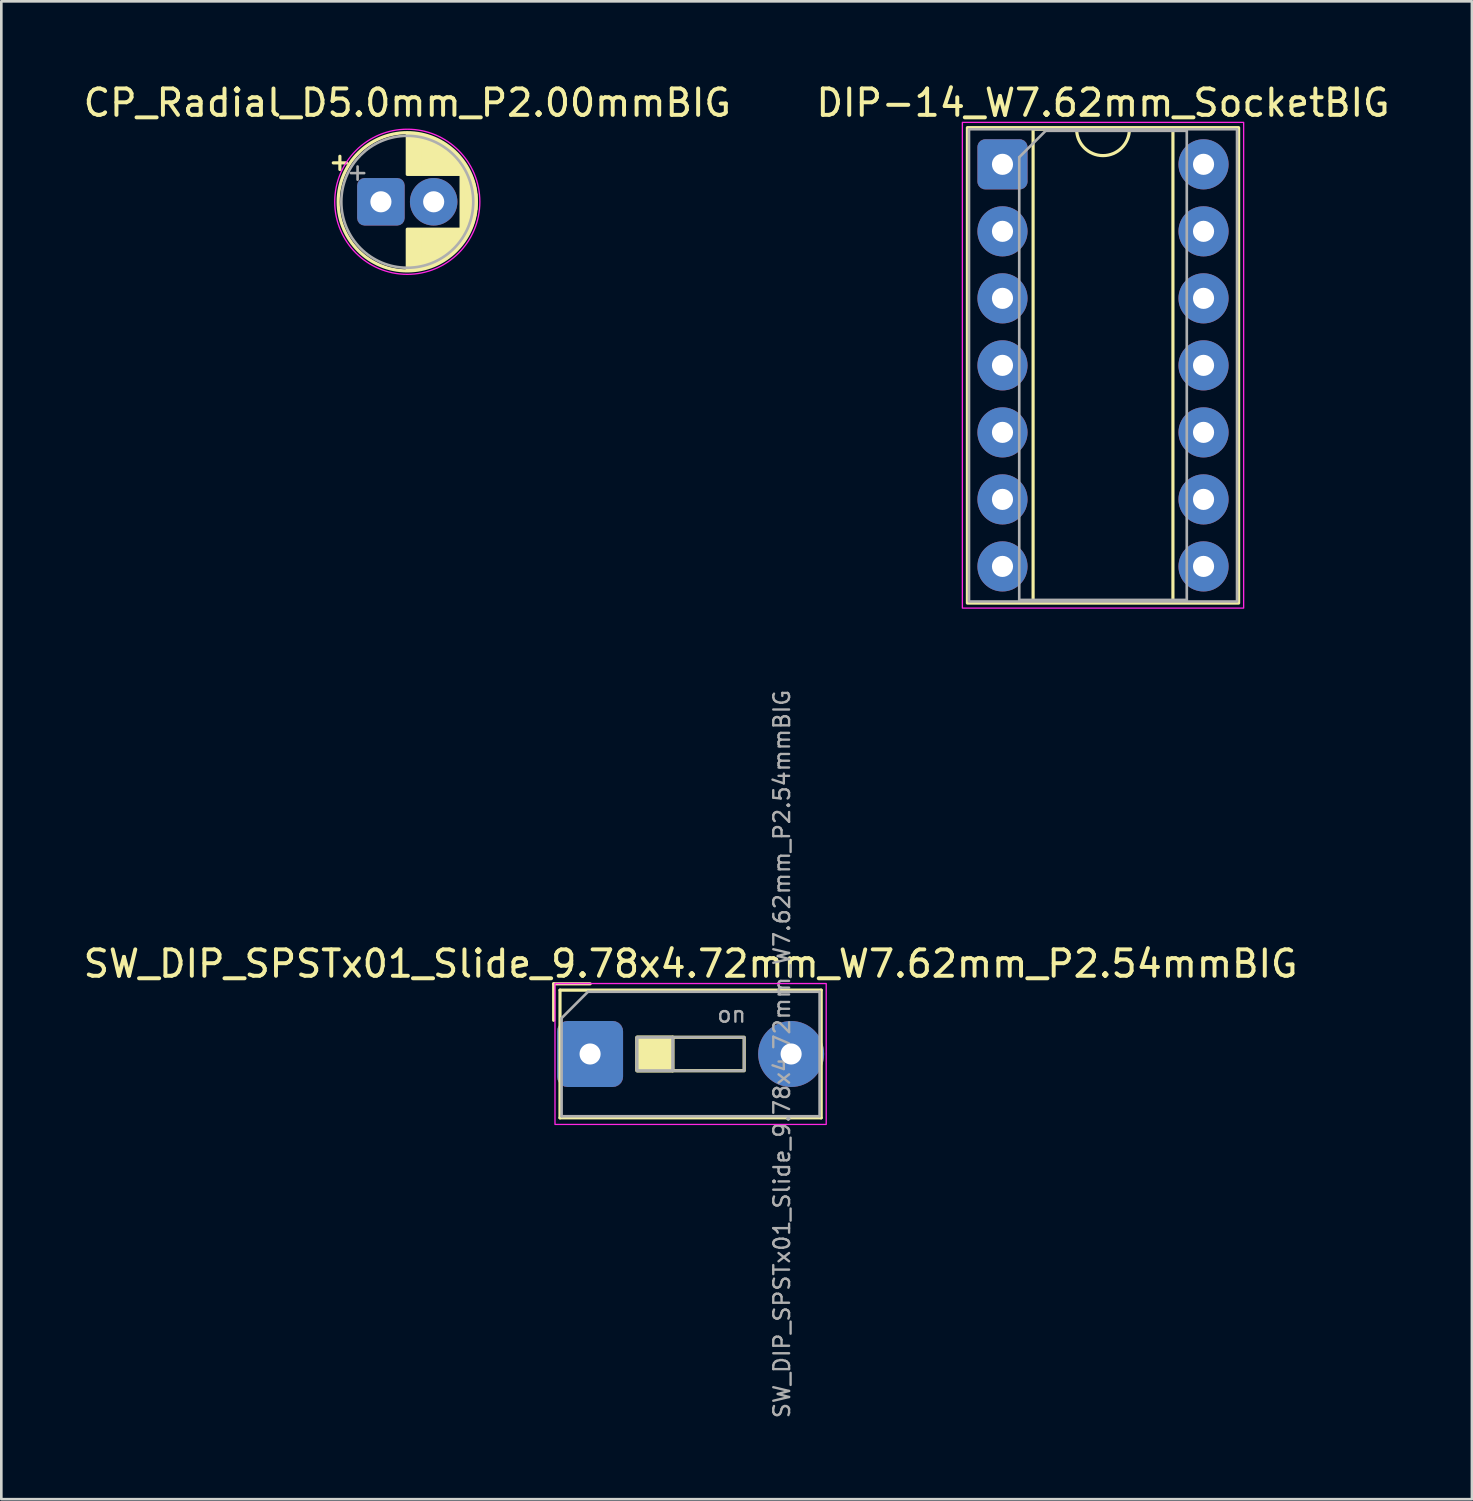
<source format=kicad_pcb>
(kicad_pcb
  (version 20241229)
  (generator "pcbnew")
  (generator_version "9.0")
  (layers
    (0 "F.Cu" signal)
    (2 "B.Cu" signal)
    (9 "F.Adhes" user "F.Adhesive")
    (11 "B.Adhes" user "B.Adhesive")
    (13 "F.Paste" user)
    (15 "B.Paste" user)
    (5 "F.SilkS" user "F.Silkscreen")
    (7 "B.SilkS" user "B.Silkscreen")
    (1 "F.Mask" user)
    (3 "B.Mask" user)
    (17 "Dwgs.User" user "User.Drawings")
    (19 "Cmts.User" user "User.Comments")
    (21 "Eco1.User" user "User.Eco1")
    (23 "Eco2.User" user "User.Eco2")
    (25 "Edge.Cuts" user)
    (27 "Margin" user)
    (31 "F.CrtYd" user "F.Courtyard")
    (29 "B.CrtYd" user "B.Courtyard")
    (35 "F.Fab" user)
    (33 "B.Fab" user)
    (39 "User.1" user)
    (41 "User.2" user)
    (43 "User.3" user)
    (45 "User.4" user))
  (footprint "SW_DIP_SPSTx01_Slide_9.78x4.72mm_W7.62mm_P2.54mmBIG"
    (layer "F.Cu")
    (at 19.315 36.898)
    (property "Reference" "SW_DIP_SPSTx01_Slide_9.78x4.72mm_W7.62mm_P2.54mmBIG" (at 3.81 -3.42 0) (layer "F.SilkS") (effects (font (size 1 1) (thickness 0.15))))
    (attr through_hole)
    (fp_line (start -1.38 -2.66) (end -1.38 -1.277) (stroke (width 0.12) (type solid)) (layer "F.SilkS"))
    (fp_line (start -1.38 -2.66) (end 0.003 -2.66) (stroke (width 0.12) (type solid)) (layer "F.SilkS"))
    (fp_line (start -1.14 -2.42) (end -1.14 2.42) (stroke (width 0.12) (type solid)) (layer "F.SilkS"))
    (fp_line (start -1.14 -2.42) (end 8.76 -2.42) (stroke (width 0.12) (type solid)) (layer "F.SilkS"))
    (fp_line (start -1.14 2.42) (end 8.76 2.42) (stroke (width 0.12) (type solid)) (layer "F.SilkS"))
    (fp_line (start 3.133 -0.635) (end 3.133 0.635) (stroke (width 0.12) (type solid)) (layer "F.SilkS"))
    (fp_line (start 8.76 -2.42) (end 8.76 2.42) (stroke (width 0.12) (type solid)) (layer "F.SilkS"))
    (fp_rect (start 1.78 -0.635) (end 3.133 0.635) (stroke (width 0.12) (type solid)) (fill yes) (layer "F.SilkS"))
    (fp_rect (start 1.78 -0.635) (end 5.84 0.635) (stroke (width 0.12) (type solid)) (fill no) (layer "F.SilkS"))
    (fp_rect (start -1.33 -2.67) (end 8.95 2.67) (stroke (width 0.05) (type solid)) (fill no) (layer "F.CrtYd"))
    (fp_line (start -1.08 -1.36) (end -0.08 -2.36) (stroke (width 0.1) (type solid)) (layer "F.Fab"))
    (fp_line (start -1.08 2.36) (end -1.08 -1.36) (stroke (width 0.1) (type solid)) (layer "F.Fab"))
    (fp_line (start -0.08 -2.36) (end 8.7 -2.36) (stroke (width 0.1) (type solid)) (layer "F.Fab"))
    (fp_line (start 3.133 -0.635) (end 3.133 0.635) (stroke (width 0.1) (type solid)) (layer "F.Fab"))
    (fp_line (start 8.7 -2.36) (end 8.7 2.36) (stroke (width 0.1) (type solid)) (layer "F.Fab"))
    (fp_line (start 8.7 2.36) (end -1.08 2.36) (stroke (width 0.1) (type solid)) (layer "F.Fab"))
    (fp_rect (start 1.78 -0.635) (end 3.133 0.635) (stroke (width 0.1) (type solid)) (fill no) (layer "F.Fab"))
    (fp_rect (start 1.78 -0.635) (end 5.84 0.635) (stroke (width 0.1) (type solid)) (fill no) (layer "F.Fab"))
    (fp_text user "on" (at 5.365 -1.498 0) (layer "F.Fab") (effects (font (size 0.6 0.6) (thickness 0.09))))
    (fp_text user "${REFERENCE}" (at 7.27 0 90) (layer "F.Fab") (effects (font (size 0.6 0.6) (thickness 0.09))))
    (pad "1" thru_hole roundrect (at 0 0) (size 2.5 2.5) (drill 0.8) (layers "*.Cu" "*.Mask") (roundrect_rratio 0.156))
    (pad "2" thru_hole circle (at 7.62 0) (size 2.5 2.5) (drill 0.8) (layers "*.Cu" "*.Mask")))
  (footprint "CP_Radial_D5.0mm_P2.00mmBIG"
    (layer "F.Cu")
    (at 11.387 4.598)
    (property "Reference" "CP_Radial_D5.0mm_P2.00mmBIG" (at 1 -3.75 0) (layer "F.SilkS") (effects (font (size 1 1) (thickness 0.15))))
    (attr through_hole)
    (fp_line (start -1.805 -1.475) (end -1.305 -1.475) (stroke (width 0.12) (type solid)) (layer "F.SilkS"))
    (fp_line (start -1.555 -1.725) (end -1.555 -1.225) (stroke (width 0.12) (type solid)) (layer "F.SilkS"))
    (fp_line (start 1 -2.58) (end 1 -1.04) (stroke (width 0.12) (type solid)) (layer "F.SilkS"))
    (fp_line (start 1 1.04) (end 1 2.58) (stroke (width 0.12) (type solid)) (layer "F.SilkS"))
    (fp_line (start 1.04 -2.58) (end 1.04 -1.04) (stroke (width 0.12) (type solid)) (layer "F.SilkS"))
    (fp_line (start 1.04 1.04) (end 1.04 2.58) (stroke (width 0.12) (type solid)) (layer "F.SilkS"))
    (fp_line (start 1.08 -2.579) (end 1.08 -1.04) (stroke (width 0.12) (type solid)) (layer "F.SilkS"))
    (fp_line (start 1.08 1.04) (end 1.08 2.579) (stroke (width 0.12) (type solid)) (layer "F.SilkS"))
    (fp_line (start 1.12 -2.577) (end 1.12 -1.04) (stroke (width 0.12) (type solid)) (layer "F.SilkS"))
    (fp_line (start 1.12 1.04) (end 1.12 2.577) (stroke (width 0.12) (type solid)) (layer "F.SilkS"))
    (fp_line (start 1.16 -2.575) (end 1.16 -1.04) (stroke (width 0.12) (type solid)) (layer "F.SilkS"))
    (fp_line (start 1.16 1.04) (end 1.16 2.575) (stroke (width 0.12) (type solid)) (layer "F.SilkS"))
    (fp_line (start 1.2 -2.572) (end 1.2 -1.04) (stroke (width 0.12) (type solid)) (layer "F.SilkS"))
    (fp_line (start 1.2 1.04) (end 1.2 2.572) (stroke (width 0.12) (type solid)) (layer "F.SilkS"))
    (fp_line (start 1.24 -2.569) (end 1.24 -1.04) (stroke (width 0.12) (type solid)) (layer "F.SilkS"))
    (fp_line (start 1.24 1.04) (end 1.24 2.569) (stroke (width 0.12) (type solid)) (layer "F.SilkS"))
    (fp_line (start 1.28 -2.565) (end 1.28 -1.04) (stroke (width 0.12) (type solid)) (layer "F.SilkS"))
    (fp_line (start 1.28 1.04) (end 1.28 2.565) (stroke (width 0.12) (type solid)) (layer "F.SilkS"))
    (fp_line (start 1.32 -2.56) (end 1.32 -1.04) (stroke (width 0.12) (type solid)) (layer "F.SilkS"))
    (fp_line (start 1.32 1.04) (end 1.32 2.56) (stroke (width 0.12) (type solid)) (layer "F.SilkS"))
    (fp_line (start 1.36 -2.555) (end 1.36 -1.04) (stroke (width 0.12) (type solid)) (layer "F.SilkS"))
    (fp_line (start 1.36 1.04) (end 1.36 2.555) (stroke (width 0.12) (type solid)) (layer "F.SilkS"))
    (fp_line (start 1.4 -2.549) (end 1.4 -1.04) (stroke (width 0.12) (type solid)) (layer "F.SilkS"))
    (fp_line (start 1.4 1.04) (end 1.4 2.549) (stroke (width 0.12) (type solid)) (layer "F.SilkS"))
    (fp_line (start 1.44 -2.543) (end 1.44 -1.04) (stroke (width 0.12) (type solid)) (layer "F.SilkS"))
    (fp_line (start 1.44 1.04) (end 1.44 2.543) (stroke (width 0.12) (type solid)) (layer "F.SilkS"))
    (fp_line (start 1.48 -2.536) (end 1.48 -1.04) (stroke (width 0.12) (type solid)) (layer "F.SilkS"))
    (fp_line (start 1.48 1.04) (end 1.48 2.536) (stroke (width 0.12) (type solid)) (layer "F.SilkS"))
    (fp_line (start 1.52 -2.528) (end 1.52 -1.04) (stroke (width 0.12) (type solid)) (layer "F.SilkS"))
    (fp_line (start 1.52 1.04) (end 1.52 2.528) (stroke (width 0.12) (type solid)) (layer "F.SilkS"))
    (fp_line (start 1.56 -2.519) (end 1.56 -1.04) (stroke (width 0.12) (type solid)) (layer "F.SilkS"))
    (fp_line (start 1.56 1.04) (end 1.56 2.519) (stroke (width 0.12) (type solid)) (layer "F.SilkS"))
    (fp_line (start 1.6 -2.51) (end 1.6 -1.04) (stroke (width 0.12) (type solid)) (layer "F.SilkS"))
    (fp_line (start 1.6 1.04) (end 1.6 2.51) (stroke (width 0.12) (type solid)) (layer "F.SilkS"))
    (fp_line (start 1.64 -2.501) (end 1.64 -1.04) (stroke (width 0.12) (type solid)) (layer "F.SilkS"))
    (fp_line (start 1.64 1.04) (end 1.64 2.501) (stroke (width 0.12) (type solid)) (layer "F.SilkS"))
    (fp_line (start 1.68 -2.49) (end 1.68 -1.04) (stroke (width 0.12) (type solid)) (layer "F.SilkS"))
    (fp_line (start 1.68 1.04) (end 1.68 2.49) (stroke (width 0.12) (type solid)) (layer "F.SilkS"))
    (fp_line (start 1.72 -2.479) (end 1.72 -1.04) (stroke (width 0.12) (type solid)) (layer "F.SilkS"))
    (fp_line (start 1.72 1.04) (end 1.72 2.479) (stroke (width 0.12) (type solid)) (layer "F.SilkS"))
    (fp_line (start 1.76 -2.467) (end 1.76 -1.04) (stroke (width 0.12) (type solid)) (layer "F.SilkS"))
    (fp_line (start 1.76 1.04) (end 1.76 2.467) (stroke (width 0.12) (type solid)) (layer "F.SilkS"))
    (fp_line (start 1.8 -2.455) (end 1.8 -1.04) (stroke (width 0.12) (type solid)) (layer "F.SilkS"))
    (fp_line (start 1.8 1.04) (end 1.8 2.455) (stroke (width 0.12) (type solid)) (layer "F.SilkS"))
    (fp_line (start 1.84 -2.442) (end 1.84 -1.04) (stroke (width 0.12) (type solid)) (layer "F.SilkS"))
    (fp_line (start 1.84 1.04) (end 1.84 2.442) (stroke (width 0.12) (type solid)) (layer "F.SilkS"))
    (fp_line (start 1.88 -2.428) (end 1.88 -1.04) (stroke (width 0.12) (type solid)) (layer "F.SilkS"))
    (fp_line (start 1.88 1.04) (end 1.88 2.428) (stroke (width 0.12) (type solid)) (layer "F.SilkS"))
    (fp_line (start 1.92 -2.413) (end 1.92 -1.04) (stroke (width 0.12) (type solid)) (layer "F.SilkS"))
    (fp_line (start 1.92 1.04) (end 1.92 2.413) (stroke (width 0.12) (type solid)) (layer "F.SilkS"))
    (fp_line (start 1.96 -2.398) (end 1.96 -1.04) (stroke (width 0.12) (type solid)) (layer "F.SilkS"))
    (fp_line (start 1.96 1.04) (end 1.96 2.398) (stroke (width 0.12) (type solid)) (layer "F.SilkS"))
    (fp_line (start 2 -2.382) (end 2 -1.04) (stroke (width 0.12) (type solid)) (layer "F.SilkS"))
    (fp_line (start 2 1.04) (end 2 2.382) (stroke (width 0.12) (type solid)) (layer "F.SilkS"))
    (fp_line (start 2.04 -2.365) (end 2.04 -1.04) (stroke (width 0.12) (type solid)) (layer "F.SilkS"))
    (fp_line (start 2.04 1.04) (end 2.04 2.365) (stroke (width 0.12) (type solid)) (layer "F.SilkS"))
    (fp_line (start 2.08 -2.347) (end 2.08 -1.04) (stroke (width 0.12) (type solid)) (layer "F.SilkS"))
    (fp_line (start 2.08 1.04) (end 2.08 2.347) (stroke (width 0.12) (type solid)) (layer "F.SilkS"))
    (fp_line (start 2.12 -2.329) (end 2.12 -1.04) (stroke (width 0.12) (type solid)) (layer "F.SilkS"))
    (fp_line (start 2.12 1.04) (end 2.12 2.329) (stroke (width 0.12) (type solid)) (layer "F.SilkS"))
    (fp_line (start 2.16 -2.309) (end 2.16 -1.04) (stroke (width 0.12) (type solid)) (layer "F.SilkS"))
    (fp_line (start 2.16 1.04) (end 2.16 2.309) (stroke (width 0.12) (type solid)) (layer "F.SilkS"))
    (fp_line (start 2.2 -2.289) (end 2.2 -1.04) (stroke (width 0.12) (type solid)) (layer "F.SilkS"))
    (fp_line (start 2.2 1.04) (end 2.2 2.289) (stroke (width 0.12) (type solid)) (layer "F.SilkS"))
    (fp_line (start 2.24 -2.268) (end 2.24 -1.04) (stroke (width 0.12) (type solid)) (layer "F.SilkS"))
    (fp_line (start 2.24 1.04) (end 2.24 2.268) (stroke (width 0.12) (type solid)) (layer "F.SilkS"))
    (fp_line (start 2.28 -2.246) (end 2.28 -1.04) (stroke (width 0.12) (type solid)) (layer "F.SilkS"))
    (fp_line (start 2.28 1.04) (end 2.28 2.246) (stroke (width 0.12) (type solid)) (layer "F.SilkS"))
    (fp_line (start 2.32 -2.223) (end 2.32 -1.04) (stroke (width 0.12) (type solid)) (layer "F.SilkS"))
    (fp_line (start 2.32 1.04) (end 2.32 2.223) (stroke (width 0.12) (type solid)) (layer "F.SilkS"))
    (fp_line (start 2.36 -2.199) (end 2.36 -1.04) (stroke (width 0.12) (type solid)) (layer "F.SilkS"))
    (fp_line (start 2.36 1.04) (end 2.36 2.199) (stroke (width 0.12) (type solid)) (layer "F.SilkS"))
    (fp_line (start 2.4 -2.175) (end 2.4 -1.04) (stroke (width 0.12) (type solid)) (layer "F.SilkS"))
    (fp_line (start 2.4 1.04) (end 2.4 2.175) (stroke (width 0.12) (type solid)) (layer "F.SilkS"))
    (fp_line (start 2.44 -2.149) (end 2.44 -1.04) (stroke (width 0.12) (type solid)) (layer "F.SilkS"))
    (fp_line (start 2.44 1.04) (end 2.44 2.149) (stroke (width 0.12) (type solid)) (layer "F.SilkS"))
    (fp_line (start 2.48 -2.122) (end 2.48 -1.04) (stroke (width 0.12) (type solid)) (layer "F.SilkS"))
    (fp_line (start 2.48 1.04) (end 2.48 2.122) (stroke (width 0.12) (type solid)) (layer "F.SilkS"))
    (fp_line (start 2.52 -2.094) (end 2.52 -1.04) (stroke (width 0.12) (type solid)) (layer "F.SilkS"))
    (fp_line (start 2.52 1.04) (end 2.52 2.094) (stroke (width 0.12) (type solid)) (layer "F.SilkS"))
    (fp_line (start 2.56 -2.065) (end 2.56 -1.04) (stroke (width 0.12) (type solid)) (layer "F.SilkS"))
    (fp_line (start 2.56 1.04) (end 2.56 2.065) (stroke (width 0.12) (type solid)) (layer "F.SilkS"))
    (fp_line (start 2.6 -2.035) (end 2.6 -1.04) (stroke (width 0.12) (type solid)) (layer "F.SilkS"))
    (fp_line (start 2.6 1.04) (end 2.6 2.035) (stroke (width 0.12) (type solid)) (layer "F.SilkS"))
    (fp_line (start 2.64 -2.003) (end 2.64 -1.04) (stroke (width 0.12) (type solid)) (layer "F.SilkS"))
    (fp_line (start 2.64 1.04) (end 2.64 2.003) (stroke (width 0.12) (type solid)) (layer "F.SilkS"))
    (fp_line (start 2.68 -1.97) (end 2.68 -1.04) (stroke (width 0.12) (type solid)) (layer "F.SilkS"))
    (fp_line (start 2.68 1.04) (end 2.68 1.97) (stroke (width 0.12) (type solid)) (layer "F.SilkS"))
    (fp_line (start 2.72 -1.936) (end 2.72 -1.04) (stroke (width 0.12) (type solid)) (layer "F.SilkS"))
    (fp_line (start 2.72 1.04) (end 2.72 1.936) (stroke (width 0.12) (type solid)) (layer "F.SilkS"))
    (fp_line (start 2.76 -1.901) (end 2.76 -1.04) (stroke (width 0.12) (type solid)) (layer "F.SilkS"))
    (fp_line (start 2.76 1.04) (end 2.76 1.901) (stroke (width 0.12) (type solid)) (layer "F.SilkS"))
    (fp_line (start 2.8 -1.864) (end 2.8 -1.04) (stroke (width 0.12) (type solid)) (layer "F.SilkS"))
    (fp_line (start 2.8 1.04) (end 2.8 1.864) (stroke (width 0.12) (type solid)) (layer "F.SilkS"))
    (fp_line (start 2.84 -1.825) (end 2.84 -1.04) (stroke (width 0.12) (type solid)) (layer "F.SilkS"))
    (fp_line (start 2.84 1.04) (end 2.84 1.825) (stroke (width 0.12) (type solid)) (layer "F.SilkS"))
    (fp_line (start 2.88 -1.785) (end 2.88 -1.04) (stroke (width 0.12) (type solid)) (layer "F.SilkS"))
    (fp_line (start 2.88 1.04) (end 2.88 1.785) (stroke (width 0.12) (type solid)) (layer "F.SilkS"))
    (fp_line (start 2.92 -1.743) (end 2.92 -1.04) (stroke (width 0.12) (type solid)) (layer "F.SilkS"))
    (fp_line (start 2.92 1.04) (end 2.92 1.743) (stroke (width 0.12) (type solid)) (layer "F.SilkS"))
    (fp_line (start 2.96 -1.699) (end 2.96 -1.04) (stroke (width 0.12) (type solid)) (layer "F.SilkS"))
    (fp_line (start 2.96 1.04) (end 2.96 1.699) (stroke (width 0.12) (type solid)) (layer "F.SilkS"))
    (fp_line (start 3 -1.652) (end 3 -1.04) (stroke (width 0.12) (type solid)) (layer "F.SilkS"))
    (fp_line (start 3 1.04) (end 3 1.652) (stroke (width 0.12) (type solid)) (layer "F.SilkS"))
    (fp_line (start 3.04 -1.604) (end 3.04 1.604) (stroke (width 0.12) (type solid)) (layer "F.SilkS"))
    (fp_line (start 3.08 -1.553) (end 3.08 1.553) (stroke (width 0.12) (type solid)) (layer "F.SilkS"))
    (fp_line (start 3.12 -1.499) (end 3.12 1.499) (stroke (width 0.12) (type solid)) (layer "F.SilkS"))
    (fp_line (start 3.16 -1.443) (end 3.16 1.443) (stroke (width 0.12) (type solid)) (layer "F.SilkS"))
    (fp_line (start 3.2 -1.383) (end 3.2 1.383) (stroke (width 0.12) (type solid)) (layer "F.SilkS"))
    (fp_line (start 3.24 -1.319) (end 3.24 1.319) (stroke (width 0.12) (type solid)) (layer "F.SilkS"))
    (fp_line (start 3.28 -1.251) (end 3.28 1.251) (stroke (width 0.12) (type solid)) (layer "F.SilkS"))
    (fp_line (start 3.32 -1.177) (end 3.32 1.177) (stroke (width 0.12) (type solid)) (layer "F.SilkS"))
    (fp_line (start 3.36 -1.098) (end 3.36 1.098) (stroke (width 0.12) (type solid)) (layer "F.SilkS"))
    (fp_line (start 3.4 -1.011) (end 3.4 1.011) (stroke (width 0.12) (type solid)) (layer "F.SilkS"))
    (fp_line (start 3.44 -0.914) (end 3.44 0.914) (stroke (width 0.12) (type solid)) (layer "F.SilkS"))
    (fp_line (start 3.48 -0.805) (end 3.48 0.805) (stroke (width 0.12) (type solid)) (layer "F.SilkS"))
    (fp_line (start 3.52 -0.677) (end 3.52 0.677) (stroke (width 0.12) (type solid)) (layer "F.SilkS"))
    (fp_line (start 3.56 -0.517) (end 3.56 0.517) (stroke (width 0.12) (type solid)) (layer "F.SilkS"))
    (fp_line (start 3.6 -0.283) (end 3.6 0.283) (stroke (width 0.12) (type solid)) (layer "F.SilkS"))
    (fp_circle (center 1 0) (end 3.62 0) (stroke (width 0.12) (type solid)) (fill no) (layer "F.SilkS"))
    (fp_circle (center 1 0) (end 3.75 0) (stroke (width 0.05) (type solid)) (fill no) (layer "F.CrtYd"))
    (fp_line (start -1.134 -1.087) (end -0.634 -1.087) (stroke (width 0.1) (type solid)) (layer "F.Fab"))
    (fp_line (start -0.884 -1.337) (end -0.884 -0.838) (stroke (width 0.1) (type solid)) (layer "F.Fab"))
    (fp_circle (center 1 0) (end 3.5 0) (stroke (width 0.1) (type solid)) (fill no) (layer "F.Fab"))
    (pad "1" thru_hole roundrect (at 0 0) (size 1.8 1.8) (drill 0.8) (layers "*.Cu" "*.Mask") (roundrect_rratio 0.156))
    (pad "2" thru_hole circle (at 2 0) (size 1.8 1.8) (drill 0.8) (layers "*.Cu" "*.Mask")))
  (footprint "DIP-14_W7.62mm_SocketBIG"
    (layer "F.Cu")
    (at 34.946 3.178)
    (property "Reference" "DIP-14_W7.62mm_SocketBIG" (at 3.81 -2.33 0) (layer "F.SilkS") (effects (font (size 1 1) (thickness 0.15))))
    (attr through_hole)
    (fp_line (start 1.16 -1.33) (end 1.16 16.57) (stroke (width 0.12) (type solid)) (layer "F.SilkS"))
    (fp_line (start 1.16 16.57) (end 6.46 16.57) (stroke (width 0.12) (type solid)) (layer "F.SilkS"))
    (fp_line (start 2.81 -1.33) (end 1.16 -1.33) (stroke (width 0.12) (type solid)) (layer "F.SilkS"))
    (fp_line (start 6.46 -1.33) (end 4.81 -1.33) (stroke (width 0.12) (type solid)) (layer "F.SilkS"))
    (fp_line (start 6.46 16.57) (end 6.46 -1.33) (stroke (width 0.12) (type solid)) (layer "F.SilkS"))
    (fp_rect (start -1.33 -1.39) (end 8.95 16.63) (stroke (width 0.12) (type solid)) (fill no) (layer "F.SilkS"))
    (fp_arc (start 4.81 -1.33) (mid 3.81 -0.33) (end 2.81 -1.33) (stroke (width 0.12) (type solid)) (layer "F.SilkS"))
    (fp_rect (start -1.52 -1.59) (end 9.14 16.82) (stroke (width 0.05) (type solid)) (fill no) (layer "F.CrtYd"))
    (fp_line (start 0.635 -0.27) (end 1.635 -1.27) (stroke (width 0.1) (type solid)) (layer "F.Fab"))
    (fp_line (start 0.635 16.51) (end 0.635 -0.27) (stroke (width 0.1) (type solid)) (layer "F.Fab"))
    (fp_line (start 1.635 -1.27) (end 6.985 -1.27) (stroke (width 0.1) (type solid)) (layer "F.Fab"))
    (fp_line (start 6.985 -1.27) (end 6.985 16.51) (stroke (width 0.1) (type solid)) (layer "F.Fab"))
    (fp_line (start 6.985 16.51) (end 0.635 16.51) (stroke (width 0.1) (type solid)) (layer "F.Fab"))
    (fp_rect (start -1.27 -1.33) (end 8.89 16.57) (stroke (width 0.1) (type solid)) (fill no) (layer "F.Fab"))
    (pad "1" thru_hole roundrect (at 0 0) (size 1.9 1.9) (drill 0.8) (layers "*.Cu" "*.Mask") (roundrect_rratio 0.156))
    (pad "2" thru_hole circle (at 0 2.54) (size 1.9 1.9) (drill 0.8) (layers "*.Cu" "*.Mask"))
    (pad "3" thru_hole circle (at 0 5.08) (size 1.9 1.9) (drill 0.8) (layers "*.Cu" "*.Mask"))
    (pad "4" thru_hole circle (at 0 7.62) (size 1.9 1.9) (drill 0.8) (layers "*.Cu" "*.Mask"))
    (pad "5" thru_hole circle (at 0 10.16) (size 1.9 1.9) (drill 0.8) (layers "*.Cu" "*.Mask"))
    (pad "6" thru_hole circle (at 0 12.7) (size 1.9 1.9) (drill 0.8) (layers "*.Cu" "*.Mask"))
    (pad "7" thru_hole circle (at 0 15.24) (size 1.9 1.9) (drill 0.8) (layers "*.Cu" "*.Mask"))
    (pad "8" thru_hole circle (at 7.62 15.24) (size 1.9 1.9) (drill 0.8) (layers "*.Cu" "*.Mask"))
    (pad "9" thru_hole circle (at 7.62 12.7) (size 1.9 1.9) (drill 0.8) (layers "*.Cu" "*.Mask"))
    (pad "10" thru_hole circle (at 7.62 10.16) (size 1.9 1.9) (drill 0.8) (layers "*.Cu" "*.Mask"))
    (pad "11" thru_hole circle (at 7.62 7.62) (size 1.9 1.9) (drill 0.8) (layers "*.Cu" "*.Mask"))
    (pad "12" thru_hole circle (at 7.62 5.08) (size 1.9 1.9) (drill 0.8) (layers "*.Cu" "*.Mask"))
    (pad "13" thru_hole circle (at 7.62 2.54) (size 1.9 1.9) (drill 0.8) (layers "*.Cu" "*.Mask"))
    (pad "14" thru_hole circle (at 7.62 0) (size 1.9 1.9) (drill 0.8) (layers "*.Cu" "*.Mask")))
  (gr_rect
    (start -3 -3)
    (end 52.738 53.773)
    (stroke (width 0.1) (type default))
    (fill no)
    (layer "Edge.Cuts")))
</source>
